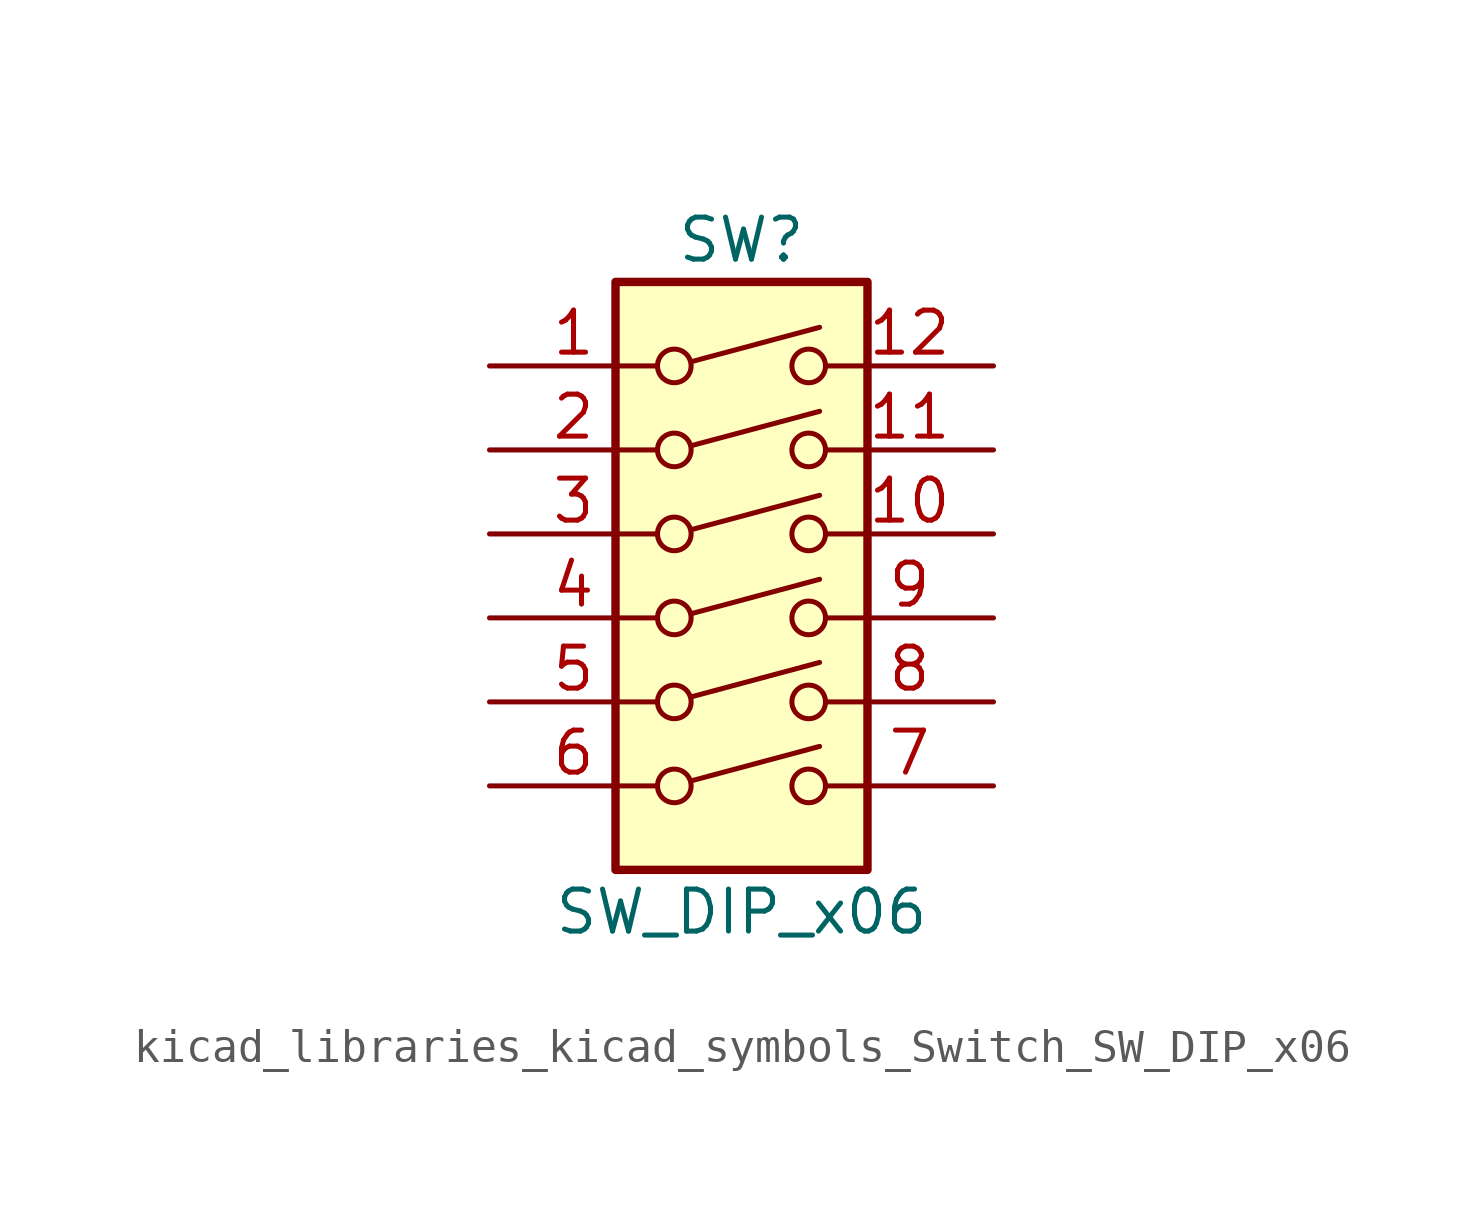
<source format=kicad_sym>
(kicad_symbol_lib
  (version 20220914)
  (generator kicad_symbol_editor)
  (symbol "kicad_libraries_kicad_symbols_Switch_SW_DIP_x06"
    (pin_names
      (offset 0) hide)
    (property "Reference" "SW"
      (at 0 11.43 0)
      (effects (font (size 1.27 1.27))))
    (property "Value" "SW_DIP_x06"
      (at 0 -8.89 0)
      (effects (font (size 1.27 1.27))))
    (symbol "kicad_libraries_kicad_symbols_Switch_SW_DIP_x06_0_0"
      (circle (center -2.032 -5.08) (radius 0.508) (stroke (width 0) (type default)) (fill (type none)))
      (circle (center -2.032 -2.54) (radius 0.508) (stroke (width 0) (type default)) (fill (type none)))
      (circle (center -2.032 0) (radius 0.508) (stroke (width 0) (type default)) (fill (type none)))
      (circle (center -2.032 2.54) (radius 0.508) (stroke (width 0) (type default)) (fill (type none)))
      (circle (center -2.032 5.08) (radius 0.508) (stroke (width 0) (type default)) (fill (type none)))
      (circle (center -2.032 7.62) (radius 0.508) (stroke (width 0) (type default)) (fill (type none)))
      (polyline (pts (xy -1.524 -4.928) (xy 2.362 -3.886)) (stroke (width 0) (type default)) (fill (type none)))
      (polyline (pts (xy -1.524 -2.388) (xy 2.362 -1.346)) (stroke (width 0) (type default)) (fill (type none)))
      (polyline (pts (xy -1.524 0.127) (xy 2.362 1.168)) (stroke (width 0) (type default)) (fill (type none)))
      (polyline (pts (xy -1.524 2.667) (xy 2.362 3.708)) (stroke (width 0) (type default)) (fill (type none)))
      (polyline (pts (xy -1.524 5.207) (xy 2.362 6.248)) (stroke (width 0) (type default)) (fill (type none)))
      (polyline (pts (xy -1.524 7.747) (xy 2.362 8.788)) (stroke (width 0) (type default)) (fill (type none)))
      (circle (center 2.032 -5.08) (radius 0.508) (stroke (width 0) (type default)) (fill (type none)))
      (circle (center 2.032 -2.54) (radius 0.508) (stroke (width 0) (type default)) (fill (type none)))
      (circle (center 2.032 0) (radius 0.508) (stroke (width 0) (type default)) (fill (type none)))
      (circle (center 2.032 2.54) (radius 0.508) (stroke (width 0) (type default)) (fill (type none)))
      (circle (center 2.032 5.08) (radius 0.508) (stroke (width 0) (type default)) (fill (type none)))
      (circle (center 2.032 7.62) (radius 0.508) (stroke (width 0) (type default)) (fill (type none))))
    (symbol "kicad_libraries_kicad_symbols_Switch_SW_DIP_x06_0_1"
      (rectangle (start -3.81 10.16) (end 3.81 -7.62) (stroke (width 0.254) (type default)) (fill (type background))))
    (symbol "kicad_libraries_kicad_symbols_Switch_SW_DIP_x06_1_1"
      (pin passive line (at -7.62 7.62 0) (length 5.08) (name "~" (effects (font (size 1.27 1.27)))) (number "1" (effects (font (size 1.27 1.27)))))
      (pin passive line (at 7.62 2.54 180) (length 5.08) (name "~" (effects (font (size 1.27 1.27)))) (number "10" (effects (font (size 1.27 1.27)))))
      (pin passive line (at 7.62 5.08 180) (length 5.08) (name "~" (effects (font (size 1.27 1.27)))) (number "11" (effects (font (size 1.27 1.27)))))
      (pin passive line (at 7.62 7.62 180) (length 5.08) (name "~" (effects (font (size 1.27 1.27)))) (number "12" (effects (font (size 1.27 1.27)))))
      (pin passive line (at -7.62 5.08 0) (length 5.08) (name "~" (effects (font (size 1.27 1.27)))) (number "2" (effects (font (size 1.27 1.27)))))
      (pin passive line (at -7.62 2.54 0) (length 5.08) (name "~" (effects (font (size 1.27 1.27)))) (number "3" (effects (font (size 1.27 1.27)))))
      (pin passive line (at -7.62 0 0) (length 5.08) (name "~" (effects (font (size 1.27 1.27)))) (number "4" (effects (font (size 1.27 1.27)))))
      (pin passive line (at -7.62 -2.54 0) (length 5.08) (name "~" (effects (font (size 1.27 1.27)))) (number "5" (effects (font (size 1.27 1.27)))))
      (pin passive line (at -7.62 -5.08 0) (length 5.08) (name "~" (effects (font (size 1.27 1.27)))) (number "6" (effects (font (size 1.27 1.27)))))
      (pin passive line (at 7.62 -5.08 180) (length 5.08) (name "~" (effects (font (size 1.27 1.27)))) (number "7" (effects (font (size 1.27 1.27)))))
      (pin passive line (at 7.62 -2.54 180) (length 5.08) (name "~" (effects (font (size 1.27 1.27)))) (number "8" (effects (font (size 1.27 1.27)))))
      (pin passive line (at 7.62 0 180) (length 5.08) (name "~" (effects (font (size 1.27 1.27)))) (number "9" (effects (font (size 1.27 1.27))))))))
</source>
